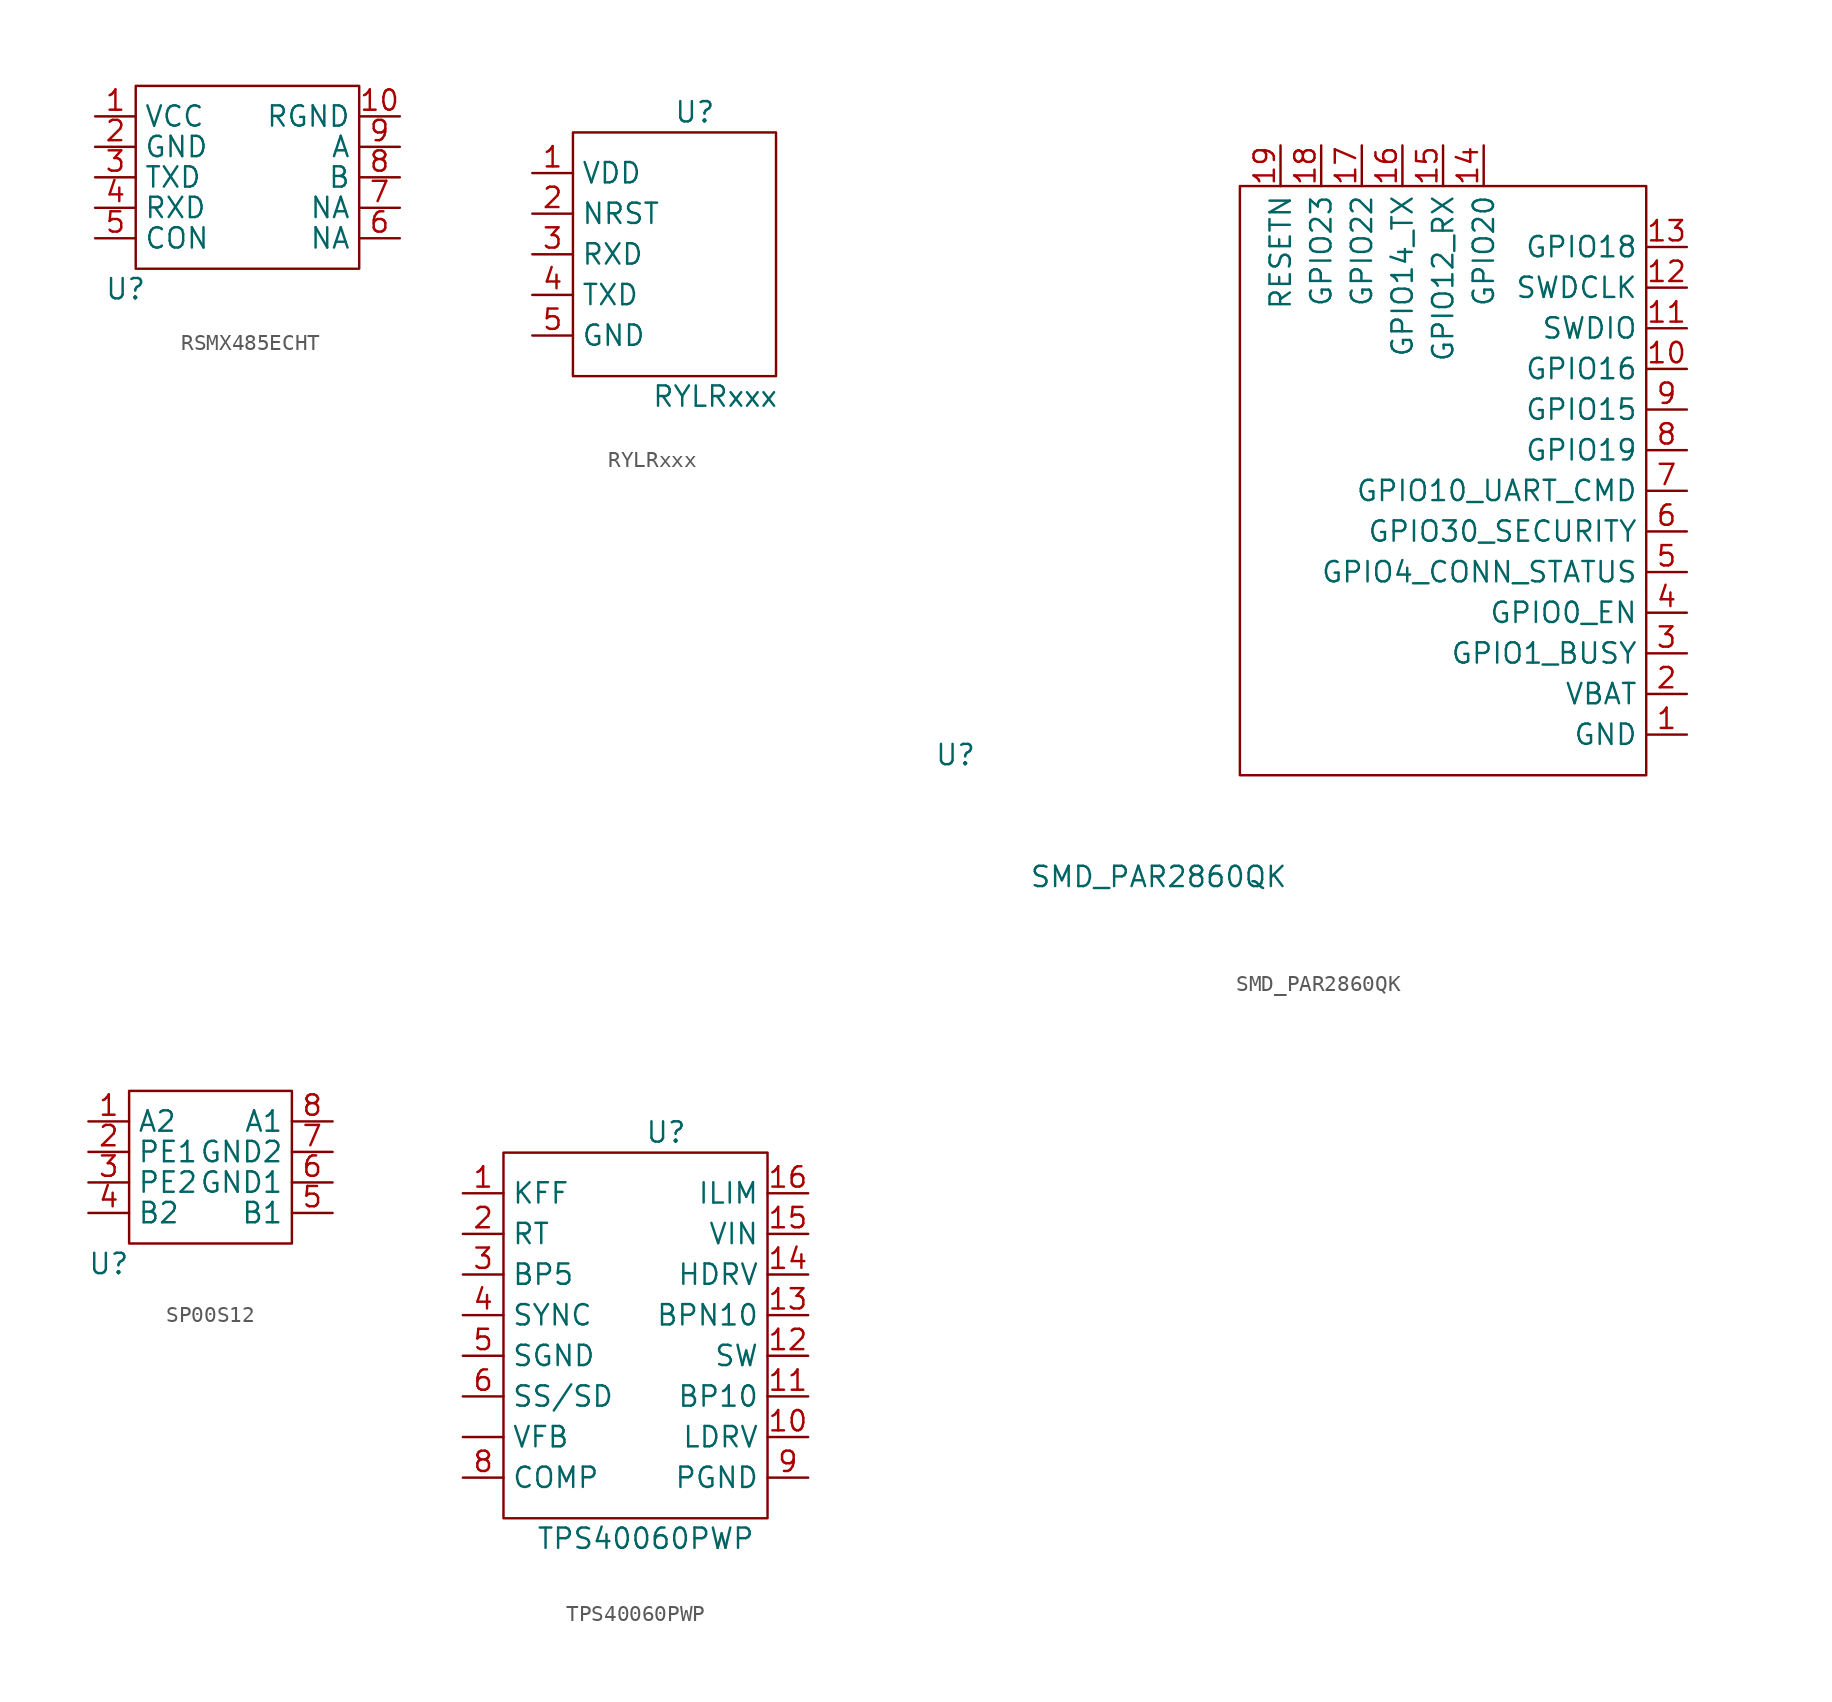
<source format=kicad_sym>
(kicad_symbol_lib
  (version 20220914)
  (generator kicad_symbol_editor)
  (symbol "RSMX485ECHT"
    (property "Reference" "U"
      (at -0.635 -1.27 0)
      (effects (font (size 1.27 1.27))))
    (property "Value" ""
      (at 0 0 0)
      (effects (font (size 1.27 1.27))))
    (symbol "RSMX485ECHT_0_1"
      (rectangle (start 0 11.43) (end 13.97 0) (stroke (width 0) (type default)) (fill (type none))))
    (symbol "RSMX485ECHT_1_1"
      (pin free line (at -2.54 9.525 0) (length 2.54) (name "VCC" (effects (font (size 1.27 1.27)))) (number "1" (effects (font (size 1.27 1.27)))))
      (pin passive line (at 16.51 9.525 180) (length 2.54) (name "RGND" (effects (font (size 1.27 1.27)))) (number "10" (effects (font (size 1.27 1.27)))))
      (pin free line (at -2.54 7.62 0) (length 2.54) (name "GND" (effects (font (size 1.27 1.27)))) (number "2" (effects (font (size 1.27 1.27)))))
      (pin free line (at -2.54 5.715 0) (length 2.54) (name "TXD" (effects (font (size 1.27 1.27)))) (number "3" (effects (font (size 1.27 1.27)))))
      (pin free line (at -2.54 3.81 0) (length 2.54) (name "RXD" (effects (font (size 1.27 1.27)))) (number "4" (effects (font (size 1.27 1.27)))))
      (pin free line (at -2.54 1.905 0) (length 2.54) (name "CON" (effects (font (size 1.27 1.27)))) (number "5" (effects (font (size 1.27 1.27)))))
      (pin passive line (at 16.51 1.905 180) (length 2.54) (name "NA" (effects (font (size 1.27 1.27)))) (number "6" (effects (font (size 1.27 1.27)))))
      (pin passive line (at 16.51 3.81 180) (length 2.54) (name "NA" (effects (font (size 1.27 1.27)))) (number "7" (effects (font (size 1.27 1.27)))))
      (pin passive line (at 16.51 5.715 180) (length 2.54) (name "B" (effects (font (size 1.27 1.27)))) (number "8" (effects (font (size 1.27 1.27)))))
      (pin passive line (at 16.51 7.62 180) (length 2.54) (name "A" (effects (font (size 1.27 1.27)))) (number "9" (effects (font (size 1.27 1.27)))))))
  (symbol "RYLRxxx"
    (property "Reference" "U"
      (at 7.62 16.51 0)
      (effects (font (size 1.27 1.27))))
    (property "Value" "RYLRxxx"
      (at 8.89 -1.27 0)
      (effects (font (size 1.27 1.27))))
    (symbol "RYLRxxx_0_1"
      (rectangle (start 0 15.24) (end 12.7 0) (stroke (width 0) (type default)) (fill (type none))))
    (symbol "RYLRxxx_1_1"
      (pin passive line (at -2.54 12.7 0) (length 2.54) (name "VDD" (effects (font (size 1.27 1.27)))) (number "1" (effects (font (size 1.27 1.27)))))
      (pin passive line (at -2.54 10.16 0) (length 2.54) (name "NRST" (effects (font (size 1.27 1.27)))) (number "2" (effects (font (size 1.27 1.27)))))
      (pin passive line (at -2.54 7.62 0) (length 2.54) (name "RXD" (effects (font (size 1.27 1.27)))) (number "3" (effects (font (size 1.27 1.27)))))
      (pin passive line (at -2.54 5.08 0) (length 2.54) (name "TXD" (effects (font (size 1.27 1.27)))) (number "4" (effects (font (size 1.27 1.27)))))
      (pin passive line (at -2.54 2.54 0) (length 2.54) (name "GND" (effects (font (size 1.27 1.27)))) (number "5" (effects (font (size 1.27 1.27)))))))
  (symbol "SMD_PAR2860QK"
    (property "Reference" "U"
      (at -12.7 1.27 0)
      (effects (font (size 1.27 1.27))))
    (property "Value" "SMD_PAR2860QK"
      (at 0 -6.35 0)
      (effects (font (size 1.27 1.27))))
    (symbol "SMD_PAR2860QK_0_1"
      (rectangle (start 5.08 36.83) (end 30.48 0) (stroke (width 0) (type default)) (fill (type none))))
    (symbol "SMD_PAR2860QK_1_1"
      (pin passive line (at 33.02 2.54 180) (length 2.54) (name "GND" (effects (font (size 1.27 1.27)))) (number "1" (effects (font (size 1.27 1.27)))))
      (pin bidirectional line (at 33.02 25.4 180) (length 2.54) (name "GPIO16" (effects (font (size 1.27 1.27)))) (number "10" (effects (font (size 1.27 1.27)))))
      (pin bidirectional line (at 33.02 27.94 180) (length 2.54) (name "SWDIO" (effects (font (size 1.27 1.27)))) (number "11" (effects (font (size 1.27 1.27)))))
      (pin bidirectional line (at 33.02 30.48 180) (length 2.54) (name "SWDCLK" (effects (font (size 1.27 1.27)))) (number "12" (effects (font (size 1.27 1.27)))))
      (pin bidirectional line (at 33.02 33.02 180) (length 2.54) (name "GPIO18" (effects (font (size 1.27 1.27)))) (number "13" (effects (font (size 1.27 1.27)))))
      (pin bidirectional line (at 20.32 39.37 270) (length 2.54) (name "GPIO20" (effects (font (size 1.27 1.27)))) (number "14" (effects (font (size 1.27 1.27)))))
      (pin bidirectional line (at 17.78 39.37 270) (length 2.54) (name "GPIO12_RX" (effects (font (size 1.27 1.27)))) (number "15" (effects (font (size 1.27 1.27)))))
      (pin bidirectional line (at 15.24 39.37 270) (length 2.54) (name "GPIO14_TX" (effects (font (size 1.27 1.27)))) (number "16" (effects (font (size 1.27 1.27)))))
      (pin bidirectional line (at 12.7 39.37 270) (length 2.54) (name "GPIO22" (effects (font (size 1.27 1.27)))) (number "17" (effects (font (size 1.27 1.27)))))
      (pin bidirectional line (at 10.16 39.37 270) (length 2.54) (name "GPIO23" (effects (font (size 1.27 1.27)))) (number "18" (effects (font (size 1.27 1.27)))))
      (pin bidirectional line (at 7.62 39.37 270) (length 2.54) (name "RESETN" (effects (font (size 1.27 1.27)))) (number "19" (effects (font (size 1.27 1.27)))))
      (pin passive line (at 33.02 5.08 180) (length 2.54) (name "VBAT" (effects (font (size 1.27 1.27)))) (number "2" (effects (font (size 1.27 1.27)))))
      (pin bidirectional line (at 33.02 7.62 180) (length 2.54) (name "GPIO1_BUSY" (effects (font (size 1.27 1.27)))) (number "3" (effects (font (size 1.27 1.27)))))
      (pin bidirectional line (at 33.02 10.16 180) (length 2.54) (name "GPIO0_EN" (effects (font (size 1.27 1.27)))) (number "4" (effects (font (size 1.27 1.27)))))
      (pin bidirectional line (at 33.02 12.7 180) (length 2.54) (name "GPIO4_CONN_STATUS" (effects (font (size 1.27 1.27)))) (number "5" (effects (font (size 1.27 1.27)))))
      (pin bidirectional line (at 33.02 15.24 180) (length 2.54) (name "GPIO30_SECURITY" (effects (font (size 1.27 1.27)))) (number "6" (effects (font (size 1.27 1.27)))))
      (pin bidirectional line (at 33.02 17.78 180) (length 2.54) (name "GPIO10_UART_CMD" (effects (font (size 1.27 1.27)))) (number "7" (effects (font (size 1.27 1.27)))))
      (pin bidirectional line (at 33.02 20.32 180) (length 2.54) (name "GPIO19" (effects (font (size 1.27 1.27)))) (number "8" (effects (font (size 1.27 1.27)))))
      (pin bidirectional line (at 33.02 22.86 180) (length 2.54) (name "GPIO15" (effects (font (size 1.27 1.27)))) (number "9" (effects (font (size 1.27 1.27)))))))
  (symbol "SP00S12"
    (property "Reference" "U"
      (at -1.27 -1.27 0)
      (effects (font (size 1.27 1.27))))
    (property "Value" ""
      (at 0 0 0)
      (effects (font (size 1.27 1.27))))
    (symbol "SP00S12_0_1"
      (rectangle (start 0 9.525) (end 10.16 0) (stroke (width 0) (type default)) (fill (type none))))
    (symbol "SP00S12_1_1"
      (pin free line (at -2.54 7.62 0) (length 2.54) (name "A2" (effects (font (size 1.27 1.27)))) (number "1" (effects (font (size 1.27 1.27)))))
      (pin free line (at -2.54 5.715 0) (length 2.54) (name "PE1" (effects (font (size 1.27 1.27)))) (number "2" (effects (font (size 1.27 1.27)))))
      (pin free line (at -2.54 3.81 0) (length 2.54) (name "PE2" (effects (font (size 1.27 1.27)))) (number "3" (effects (font (size 1.27 1.27)))))
      (pin free line (at -2.54 1.905 0) (length 2.54) (name "B2" (effects (font (size 1.27 1.27)))) (number "4" (effects (font (size 1.27 1.27)))))
      (pin free line (at 12.7 1.905 180) (length 2.54) (name "B1" (effects (font (size 1.27 1.27)))) (number "5" (effects (font (size 1.27 1.27)))))
      (pin free line (at 12.7 3.81 180) (length 2.54) (name "GND1" (effects (font (size 1.27 1.27)))) (number "6" (effects (font (size 1.27 1.27)))))
      (pin free line (at 12.7 5.715 180) (length 2.54) (name "GND2" (effects (font (size 1.27 1.27)))) (number "7" (effects (font (size 1.27 1.27)))))
      (pin free line (at 12.7 7.62 180) (length 2.54) (name "A1" (effects (font (size 1.27 1.27)))) (number "8" (effects (font (size 1.27 1.27)))))))
  (symbol "TPS40060PWP"
    (property "Reference" "U"
      (at 10.16 24.13 0)
      (effects (font (size 1.27 1.27))))
    (property "Value" "TPS40060PWP"
      (at 8.89 -1.27 0)
      (effects (font (size 1.27 1.27))))
    (symbol "TPS40060PWP_0_1"
      (rectangle (start 0 22.86) (end 16.51 0) (stroke (width 0) (type default)) (fill (type none))))
    (symbol "TPS40060PWP_1_1"
      (pin bidirectional line (at -2.54 5.08 0) (length 2.54) (name "VFB" (effects (font (size 1.27 1.27)))) (number "" (effects (font (size 1.27 1.27)))))
      (pin bidirectional line (at -2.54 20.32 0) (length 2.54) (name "KFF" (effects (font (size 1.27 1.27)))) (number "1" (effects (font (size 1.27 1.27)))))
      (pin bidirectional line (at 19.05 5.08 180) (length 2.54) (name "LDRV" (effects (font (size 1.27 1.27)))) (number "10" (effects (font (size 1.27 1.27)))))
      (pin bidirectional line (at 19.05 7.62 180) (length 2.54) (name "BP10" (effects (font (size 1.27 1.27)))) (number "11" (effects (font (size 1.27 1.27)))))
      (pin bidirectional line (at 19.05 10.16 180) (length 2.54) (name "SW" (effects (font (size 1.27 1.27)))) (number "12" (effects (font (size 1.27 1.27)))))
      (pin bidirectional line (at 19.05 12.7 180) (length 2.54) (name "BPN10" (effects (font (size 1.27 1.27)))) (number "13" (effects (font (size 1.27 1.27)))))
      (pin bidirectional line (at 19.05 15.24 180) (length 2.54) (name "HDRV" (effects (font (size 1.27 1.27)))) (number "14" (effects (font (size 1.27 1.27)))))
      (pin bidirectional line (at 19.05 17.78 180) (length 2.54) (name "VIN" (effects (font (size 1.27 1.27)))) (number "15" (effects (font (size 1.27 1.27)))))
      (pin bidirectional line (at 19.05 20.32 180) (length 2.54) (name "ILIM" (effects (font (size 1.27 1.27)))) (number "16" (effects (font (size 1.27 1.27)))))
      (pin bidirectional line (at -2.54 17.78 0) (length 2.54) (name "RT" (effects (font (size 1.27 1.27)))) (number "2" (effects (font (size 1.27 1.27)))))
      (pin bidirectional line (at -2.54 15.24 0) (length 2.54) (name "BP5" (effects (font (size 1.27 1.27)))) (number "3" (effects (font (size 1.27 1.27)))))
      (pin bidirectional line (at -2.54 12.7 0) (length 2.54) (name "SYNC" (effects (font (size 1.27 1.27)))) (number "4" (effects (font (size 1.27 1.27)))))
      (pin bidirectional line (at -2.54 10.16 0) (length 2.54) (name "SGND" (effects (font (size 1.27 1.27)))) (number "5" (effects (font (size 1.27 1.27)))))
      (pin bidirectional line (at -2.54 7.62 0) (length 2.54) (name "SS/SD" (effects (font (size 1.27 1.27)))) (number "6" (effects (font (size 1.27 1.27)))))
      (pin bidirectional line (at -2.54 2.54 0) (length 2.54) (name "COMP" (effects (font (size 1.27 1.27)))) (number "8" (effects (font (size 1.27 1.27)))))
      (pin bidirectional line (at 19.05 2.54 180) (length 2.54) (name "PGND" (effects (font (size 1.27 1.27)))) (number "9" (effects (font (size 1.27 1.27))))))))
</source>
